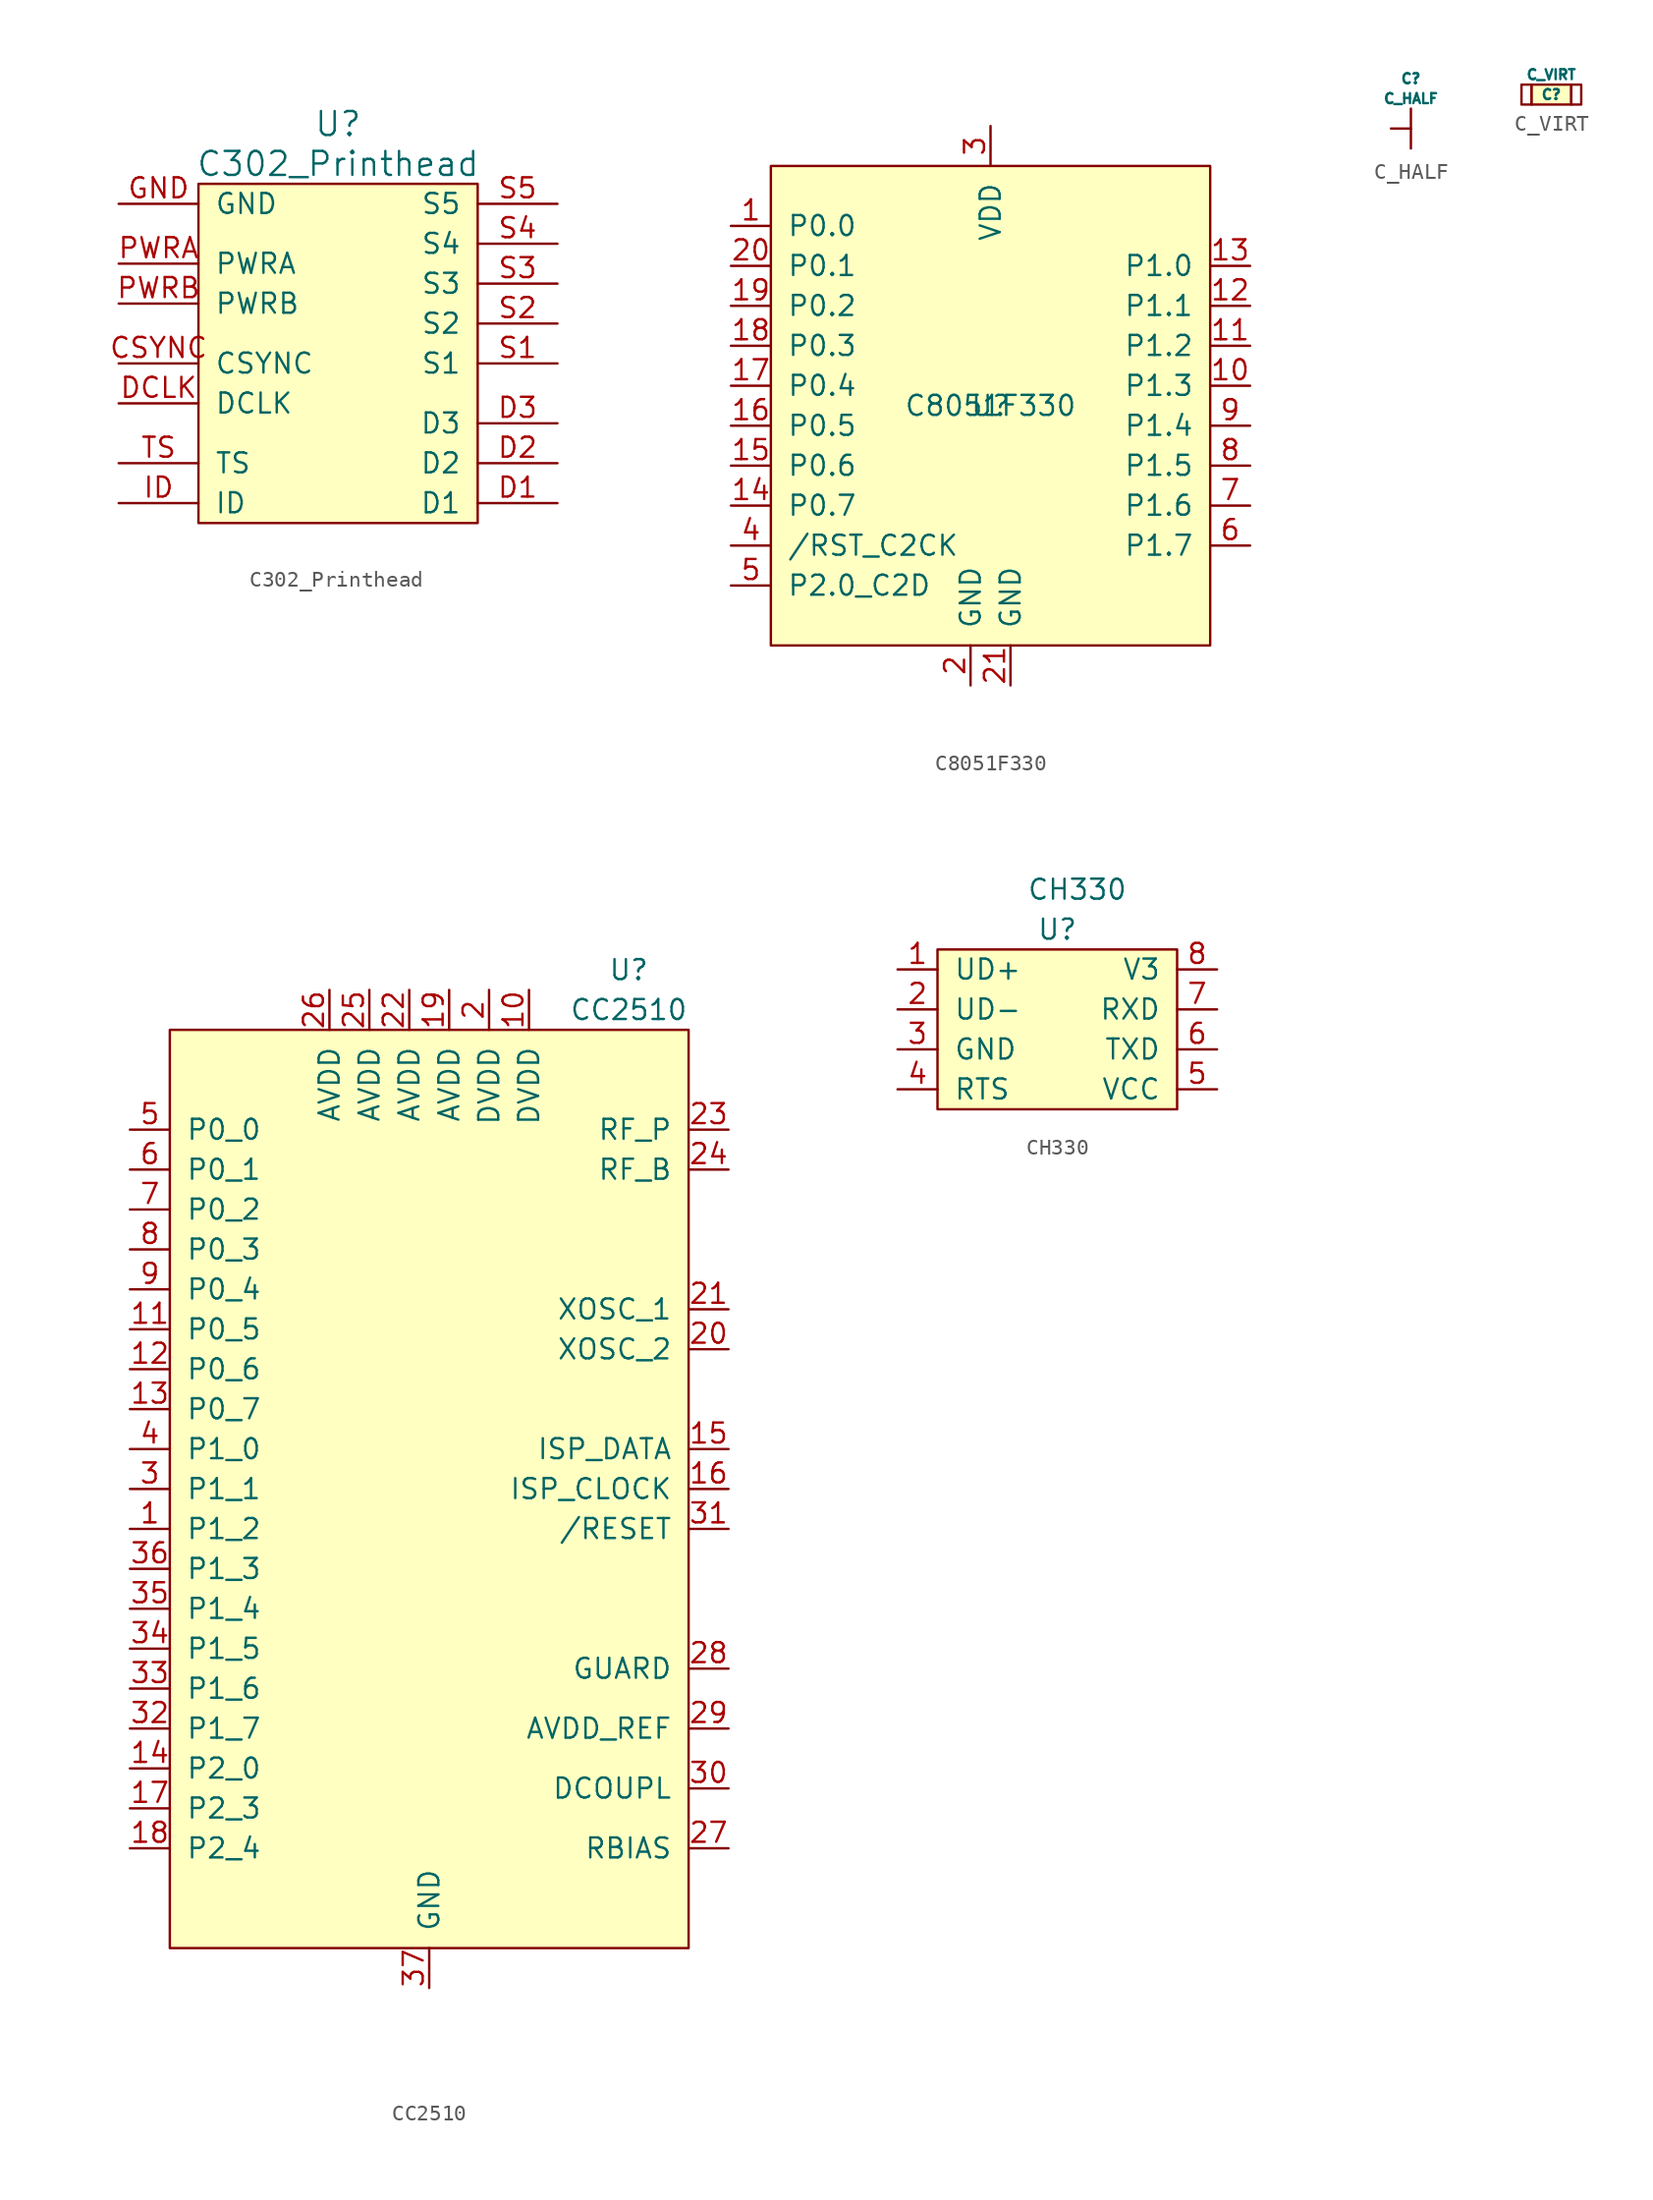
<source format=kicad_sym>
(kicad_symbol_lib
  (version 20231120)
  (generator "kicad_symbol_editor")
  (generator_version "8.0")
  (symbol "C302_Printhead"
    (pin_names
      (offset 1.016))
    (property "Reference" "U"
      (at 0 12.7 0)
      (effects (font (size 1.524 1.524))))
    (property "Value" "C302_Printhead"
      (at 0 10.16 0)
      (effects (font (size 1.524 1.524))))
    (symbol "C302_Printhead_0_1"
      (rectangle (start -8.89 8.89) (end 8.89 -12.7) (stroke (width 0) (type solid)) (fill (type background))))
    (symbol "C302_Printhead_1_1"
      (pin input line (at -13.97 -2.54 0) (length 5.08) (name "CSYNC" (effects (font (size 1.27 1.27)))) (number "CSYNC" (effects (font (size 1.27 1.27)))))
      (pin input line (at 13.97 -11.43 180) (length 5.08) (name "D1" (effects (font (size 1.27 1.27)))) (number "D1" (effects (font (size 1.27 1.27)))))
      (pin input line (at 13.97 -8.89 180) (length 5.08) (name "D2" (effects (font (size 1.27 1.27)))) (number "D2" (effects (font (size 1.27 1.27)))))
      (pin input line (at 13.97 -6.35 180) (length 5.08) (name "D3" (effects (font (size 1.27 1.27)))) (number "D3" (effects (font (size 1.27 1.27)))))
      (pin input line (at -13.97 -5.08 0) (length 5.08) (name "DCLK" (effects (font (size 1.27 1.27)))) (number "DCLK" (effects (font (size 1.27 1.27)))))
      (pin input line (at -13.97 7.62 0) (length 5.08) (name "GND" (effects (font (size 1.27 1.27)))) (number "GND" (effects (font (size 1.27 1.27)))))
      (pin input line (at -13.97 -11.43 0) (length 5.08) (name "ID" (effects (font (size 1.27 1.27)))) (number "ID" (effects (font (size 1.27 1.27)))))
      (pin input line (at -13.97 3.81 0) (length 5.08) (name "PWRA" (effects (font (size 1.27 1.27)))) (number "PWRA" (effects (font (size 1.27 1.27)))))
      (pin input line (at -13.97 1.27 0) (length 5.08) (name "PWRB" (effects (font (size 1.27 1.27)))) (number "PWRB" (effects (font (size 1.27 1.27)))))
      (pin input line (at 13.97 -2.54 180) (length 5.08) (name "S1" (effects (font (size 1.27 1.27)))) (number "S1" (effects (font (size 1.27 1.27)))))
      (pin input line (at 13.97 0 180) (length 5.08) (name "S2" (effects (font (size 1.27 1.27)))) (number "S2" (effects (font (size 1.27 1.27)))))
      (pin input line (at 13.97 2.54 180) (length 5.08) (name "S3" (effects (font (size 1.27 1.27)))) (number "S3" (effects (font (size 1.27 1.27)))))
      (pin input line (at 13.97 5.08 180) (length 5.08) (name "S4" (effects (font (size 1.27 1.27)))) (number "S4" (effects (font (size 1.27 1.27)))))
      (pin input line (at 13.97 7.62 180) (length 5.08) (name "S5" (effects (font (size 1.27 1.27)))) (number "S5" (effects (font (size 1.27 1.27)))))
      (pin input line (at -13.97 -8.89 0) (length 5.08) (name "TS" (effects (font (size 1.27 1.27)))) (number "TS" (effects (font (size 1.27 1.27)))))))
  (symbol "C8051F330"
    (pin_names
      (offset 1.016))
    (property "Reference" "U"
      (at 0 0 0)
      (effects (font (size 1.27 1.27))))
    (property "Value" "C8051F330"
      (at 0 0 0)
      (effects (font (size 1.27 1.27))))
    (symbol "C8051F330_0_1"
      (rectangle (start -13.97 15.24) (end 13.97 -15.24) (stroke (width 0) (type solid)) (fill (type background))))
    (symbol "C8051F330_1_1"
      (pin input line (at -16.51 11.43 0) (length 2.54) (name "P0.0" (effects (font (size 1.27 1.27)))) (number "1" (effects (font (size 1.27 1.27)))))
      (pin input line (at 16.51 1.27 180) (length 2.54) (name "P1.3" (effects (font (size 1.27 1.27)))) (number "10" (effects (font (size 1.27 1.27)))))
      (pin input line (at 16.51 3.81 180) (length 2.54) (name "P1.2" (effects (font (size 1.27 1.27)))) (number "11" (effects (font (size 1.27 1.27)))))
      (pin input line (at 16.51 6.35 180) (length 2.54) (name "P1.1" (effects (font (size 1.27 1.27)))) (number "12" (effects (font (size 1.27 1.27)))))
      (pin input line (at 16.51 8.89 180) (length 2.54) (name "P1.0" (effects (font (size 1.27 1.27)))) (number "13" (effects (font (size 1.27 1.27)))))
      (pin input line (at -16.51 -6.35 0) (length 2.54) (name "P0.7" (effects (font (size 1.27 1.27)))) (number "14" (effects (font (size 1.27 1.27)))))
      (pin input line (at -16.51 -3.81 0) (length 2.54) (name "P0.6" (effects (font (size 1.27 1.27)))) (number "15" (effects (font (size 1.27 1.27)))))
      (pin input line (at -16.51 -1.27 0) (length 2.54) (name "P0.5" (effects (font (size 1.27 1.27)))) (number "16" (effects (font (size 1.27 1.27)))))
      (pin input line (at -16.51 1.27 0) (length 2.54) (name "P0.4" (effects (font (size 1.27 1.27)))) (number "17" (effects (font (size 1.27 1.27)))))
      (pin input line (at -16.51 3.81 0) (length 2.54) (name "P0.3" (effects (font (size 1.27 1.27)))) (number "18" (effects (font (size 1.27 1.27)))))
      (pin input line (at -16.51 6.35 0) (length 2.54) (name "P0.2" (effects (font (size 1.27 1.27)))) (number "19" (effects (font (size 1.27 1.27)))))
      (pin input line (at -1.27 -17.78 90) (length 2.54) (name "GND" (effects (font (size 1.27 1.27)))) (number "2" (effects (font (size 1.27 1.27)))))
      (pin input line (at -16.51 8.89 0) (length 2.54) (name "P0.1" (effects (font (size 1.27 1.27)))) (number "20" (effects (font (size 1.27 1.27)))))
      (pin input line (at 1.27 -17.78 90) (length 2.54) (name "GND" (effects (font (size 1.27 1.27)))) (number "21" (effects (font (size 1.27 1.27)))))
      (pin input line (at 0 17.78 270) (length 2.54) (name "VDD" (effects (font (size 1.27 1.27)))) (number "3" (effects (font (size 1.27 1.27)))))
      (pin input line (at -16.51 -8.89 0) (length 2.54) (name "/RST_C2CK" (effects (font (size 1.27 1.27)))) (number "4" (effects (font (size 1.27 1.27)))))
      (pin input line (at -16.51 -11.43 0) (length 2.54) (name "P2.0_C2D" (effects (font (size 1.27 1.27)))) (number "5" (effects (font (size 1.27 1.27)))))
      (pin input line (at 16.51 -8.89 180) (length 2.54) (name "P1.7" (effects (font (size 1.27 1.27)))) (number "6" (effects (font (size 1.27 1.27)))))
      (pin input line (at 16.51 -6.35 180) (length 2.54) (name "P1.6" (effects (font (size 1.27 1.27)))) (number "7" (effects (font (size 1.27 1.27)))))
      (pin input line (at 16.51 -3.81 180) (length 2.54) (name "P1.5" (effects (font (size 1.27 1.27)))) (number "8" (effects (font (size 1.27 1.27)))))
      (pin input line (at 16.51 -1.27 180) (length 2.54) (name "P1.4" (effects (font (size 1.27 1.27)))) (number "9" (effects (font (size 1.27 1.27)))))))
  (symbol "C_HALF"
    (pin_numbers hide)
    (pin_names
      (offset 1.016) hide)
    (property "Reference" "C"
      (at 0 3.175 0)
      (effects (font (size 0.635 0.635))))
    (property "Value" "C_HALF"
      (at 0 1.905 0)
      (effects (font (size 0.635 0.635))))
    (symbol "C_HALF_0_1"
      (rectangle (start 0 1.27) (end 0 -1.27) (stroke (width 0) (type solid)) (fill (type none))))
    (symbol "C_HALF_1_1"
      (pin input line (at -1.27 0 0) (length 1.27) (name "1" (effects (font (size 1.27 1.27)))) (number "1" (effects (font (size 1.27 1.27)))))))
  (symbol "C_VIRT"
    (pin_names
      (offset 1.016))
    (property "Reference" "C"
      (at 0 0 0)
      (effects (font (size 0.635 0.635))))
    (property "Value" "C_VIRT"
      (at 0 1.27 0)
      (effects (font (size 0.635 0.635))))
    (symbol "C_VIRT_0_1"
      (rectangle (start -1.27 0.635) (end -1.905 -0.635) (stroke (width 0) (type solid)) (fill (type none)))
      (rectangle (start -1.27 0.635) (end 1.27 -0.635) (stroke (width 0) (type solid)) (fill (type background)))
      (rectangle (start 1.27 0.635) (end 1.905 -0.635) (stroke (width 0) (type solid)) (fill (type none)))))
  (symbol "CC2510"
    (pin_names
      (offset 1.016))
    (property "Reference" "U"
      (at 12.7 33.02 0)
      (effects (font (size 1.27 1.27))))
    (property "Value" "CC2510"
      (at 12.7 30.48 0)
      (effects (font (size 1.27 1.27))))
    (symbol "CC2510_0_1"
      (rectangle (start -16.51 29.21) (end 16.51 -29.21) (stroke (width 0) (type solid)) (fill (type background))))
    (symbol "CC2510_1_1"
      (pin input line (at -19.05 -2.54 0) (length 2.54) (name "P1_2" (effects (font (size 1.27 1.27)))) (number "1" (effects (font (size 1.27 1.27)))))
      (pin input line (at 6.35 31.75 270) (length 2.54) (name "DVDD" (effects (font (size 1.27 1.27)))) (number "10" (effects (font (size 1.27 1.27)))))
      (pin input line (at -19.05 10.16 0) (length 2.54) (name "P0_5" (effects (font (size 1.27 1.27)))) (number "11" (effects (font (size 1.27 1.27)))))
      (pin input line (at -19.05 7.62 0) (length 2.54) (name "P0_6" (effects (font (size 1.27 1.27)))) (number "12" (effects (font (size 1.27 1.27)))))
      (pin input line (at -19.05 5.08 0) (length 2.54) (name "P0_7" (effects (font (size 1.27 1.27)))) (number "13" (effects (font (size 1.27 1.27)))))
      (pin input line (at -19.05 -17.78 0) (length 2.54) (name "P2_0" (effects (font (size 1.27 1.27)))) (number "14" (effects (font (size 1.27 1.27)))))
      (pin input line (at 19.05 2.54 180) (length 2.54) (name "ISP_DATA" (effects (font (size 1.27 1.27)))) (number "15" (effects (font (size 1.27 1.27)))))
      (pin input line (at 19.05 0 180) (length 2.54) (name "ISP_CLOCK" (effects (font (size 1.27 1.27)))) (number "16" (effects (font (size 1.27 1.27)))))
      (pin input line (at -19.05 -20.32 0) (length 2.54) (name "P2_3" (effects (font (size 1.27 1.27)))) (number "17" (effects (font (size 1.27 1.27)))))
      (pin input line (at -19.05 -22.86 0) (length 2.54) (name "P2_4" (effects (font (size 1.27 1.27)))) (number "18" (effects (font (size 1.27 1.27)))))
      (pin input line (at 1.27 31.75 270) (length 2.54) (name "AVDD" (effects (font (size 1.27 1.27)))) (number "19" (effects (font (size 1.27 1.27)))))
      (pin input line (at 3.81 31.75 270) (length 2.54) (name "DVDD" (effects (font (size 1.27 1.27)))) (number "2" (effects (font (size 1.27 1.27)))))
      (pin input line (at 19.05 8.89 180) (length 2.54) (name "XOSC_2" (effects (font (size 1.27 1.27)))) (number "20" (effects (font (size 1.27 1.27)))))
      (pin input line (at 19.05 11.43 180) (length 2.54) (name "XOSC_1" (effects (font (size 1.27 1.27)))) (number "21" (effects (font (size 1.27 1.27)))))
      (pin input line (at -1.27 31.75 270) (length 2.54) (name "AVDD" (effects (font (size 1.27 1.27)))) (number "22" (effects (font (size 1.27 1.27)))))
      (pin input line (at 19.05 22.86 180) (length 2.54) (name "RF_P" (effects (font (size 1.27 1.27)))) (number "23" (effects (font (size 1.27 1.27)))))
      (pin input line (at 19.05 20.32 180) (length 2.54) (name "RF_B" (effects (font (size 1.27 1.27)))) (number "24" (effects (font (size 1.27 1.27)))))
      (pin input line (at -3.81 31.75 270) (length 2.54) (name "AVDD" (effects (font (size 1.27 1.27)))) (number "25" (effects (font (size 1.27 1.27)))))
      (pin input line (at -6.35 31.75 270) (length 2.54) (name "AVDD" (effects (font (size 1.27 1.27)))) (number "26" (effects (font (size 1.27 1.27)))))
      (pin input line (at 19.05 -22.86 180) (length 2.54) (name "RBIAS" (effects (font (size 1.27 1.27)))) (number "27" (effects (font (size 1.27 1.27)))))
      (pin input line (at 19.05 -11.43 180) (length 2.54) (name "GUARD" (effects (font (size 1.27 1.27)))) (number "28" (effects (font (size 1.27 1.27)))))
      (pin input line (at 19.05 -15.24 180) (length 2.54) (name "AVDD_REF" (effects (font (size 1.27 1.27)))) (number "29" (effects (font (size 1.27 1.27)))))
      (pin input line (at -19.05 0 0) (length 2.54) (name "P1_1" (effects (font (size 1.27 1.27)))) (number "3" (effects (font (size 1.27 1.27)))))
      (pin input line (at 19.05 -19.05 180) (length 2.54) (name "DCOUPL" (effects (font (size 1.27 1.27)))) (number "30" (effects (font (size 1.27 1.27)))))
      (pin input line (at 19.05 -2.54 180) (length 2.54) (name "/RESET" (effects (font (size 1.27 1.27)))) (number "31" (effects (font (size 1.27 1.27)))))
      (pin input line (at -19.05 -15.24 0) (length 2.54) (name "P1_7" (effects (font (size 1.27 1.27)))) (number "32" (effects (font (size 1.27 1.27)))))
      (pin input line (at -19.05 -12.7 0) (length 2.54) (name "P1_6" (effects (font (size 1.27 1.27)))) (number "33" (effects (font (size 1.27 1.27)))))
      (pin input line (at -19.05 -10.16 0) (length 2.54) (name "P1_5" (effects (font (size 1.27 1.27)))) (number "34" (effects (font (size 1.27 1.27)))))
      (pin input line (at -19.05 -7.62 0) (length 2.54) (name "P1_4" (effects (font (size 1.27 1.27)))) (number "35" (effects (font (size 1.27 1.27)))))
      (pin input line (at -19.05 -5.08 0) (length 2.54) (name "P1_3" (effects (font (size 1.27 1.27)))) (number "36" (effects (font (size 1.27 1.27)))))
      (pin input line (at 0 -31.75 90) (length 2.54) (name "GND" (effects (font (size 1.27 1.27)))) (number "37" (effects (font (size 1.27 1.27)))))
      (pin input line (at -19.05 2.54 0) (length 2.54) (name "P1_0" (effects (font (size 1.27 1.27)))) (number "4" (effects (font (size 1.27 1.27)))))
      (pin input line (at -19.05 22.86 0) (length 2.54) (name "P0_0" (effects (font (size 1.27 1.27)))) (number "5" (effects (font (size 1.27 1.27)))))
      (pin input line (at -19.05 20.32 0) (length 2.54) (name "P0_1" (effects (font (size 1.27 1.27)))) (number "6" (effects (font (size 1.27 1.27)))))
      (pin input line (at -19.05 17.78 0) (length 2.54) (name "P0_2" (effects (font (size 1.27 1.27)))) (number "7" (effects (font (size 1.27 1.27)))))
      (pin input line (at -19.05 15.24 0) (length 2.54) (name "P0_3" (effects (font (size 1.27 1.27)))) (number "8" (effects (font (size 1.27 1.27)))))
      (pin input line (at -19.05 12.7 0) (length 2.54) (name "P0_4" (effects (font (size 1.27 1.27)))) (number "9" (effects (font (size 1.27 1.27)))))))
  (symbol "CH330"
    (pin_names
      (offset 1.016))
    (property "Reference" "U"
      (at 0 6.35 0)
      (effects (font (size 1.27 1.27))))
    (property "Value" "CH330"
      (at 1.27 8.89 0)
      (effects (font (size 1.27 1.27))))
    (symbol "CH330_0_1"
      (rectangle (start -7.62 5.08) (end 7.62 -5.08) (stroke (width 0) (type solid)) (fill (type background))))
    (symbol "CH330_1_1"
      (pin bidirectional line (at -10.16 3.81 0) (length 2.54) (name "UD+" (effects (font (size 1.27 1.27)))) (number "1" (effects (font (size 1.27 1.27)))))
      (pin bidirectional line (at -10.16 1.27 0) (length 2.54) (name "UD-" (effects (font (size 1.27 1.27)))) (number "2" (effects (font (size 1.27 1.27)))))
      (pin power_in line (at -10.16 -1.27 0) (length 2.54) (name "GND" (effects (font (size 1.27 1.27)))) (number "3" (effects (font (size 1.27 1.27)))))
      (pin output line (at -10.16 -3.81 0) (length 2.54) (name "RTS" (effects (font (size 1.27 1.27)))) (number "4" (effects (font (size 1.27 1.27)))))
      (pin power_in line (at 10.16 -3.81 180) (length 2.54) (name "VCC" (effects (font (size 1.27 1.27)))) (number "5" (effects (font (size 1.27 1.27)))))
      (pin output line (at 10.16 -1.27 180) (length 2.54) (name "TXD" (effects (font (size 1.27 1.27)))) (number "6" (effects (font (size 1.27 1.27)))))
      (pin input line (at 10.16 1.27 180) (length 2.54) (name "RXD" (effects (font (size 1.27 1.27)))) (number "7" (effects (font (size 1.27 1.27)))))
      (pin power_out line (at 10.16 3.81 180) (length 2.54) (name "V3" (effects (font (size 1.27 1.27)))) (number "8" (effects (font (size 1.27 1.27))))))))
</source>
